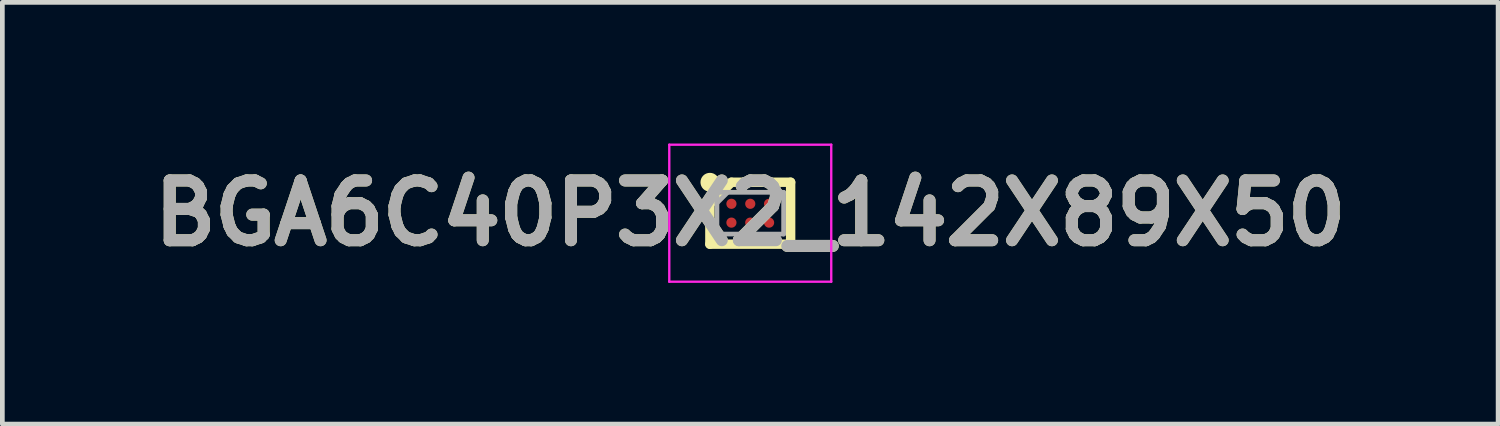
<source format=kicad_pcb>
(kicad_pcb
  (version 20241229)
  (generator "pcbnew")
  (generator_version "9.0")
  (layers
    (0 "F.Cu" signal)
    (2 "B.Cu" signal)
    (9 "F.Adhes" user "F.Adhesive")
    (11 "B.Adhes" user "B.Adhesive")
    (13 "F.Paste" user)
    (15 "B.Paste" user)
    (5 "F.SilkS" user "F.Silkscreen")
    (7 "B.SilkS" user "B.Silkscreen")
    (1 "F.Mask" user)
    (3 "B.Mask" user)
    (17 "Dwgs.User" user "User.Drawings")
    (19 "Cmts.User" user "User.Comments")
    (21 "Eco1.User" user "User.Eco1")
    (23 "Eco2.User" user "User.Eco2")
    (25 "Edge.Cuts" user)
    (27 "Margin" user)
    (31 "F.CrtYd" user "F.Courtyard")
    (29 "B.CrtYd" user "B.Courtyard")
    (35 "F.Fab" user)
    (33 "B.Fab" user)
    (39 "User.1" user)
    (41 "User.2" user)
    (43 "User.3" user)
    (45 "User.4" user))
  (footprint "BGA6C40P3X2_142X89X50"
    (layer "F.Cu")
    (at 12.894 1.481)
    (property "Reference" "BGA6C40P3X2_142X89X50" (at 0 0 0) (layer "F.SilkS") (effects (font (size 1.27 1.27) (thickness 0.254))))
    (attr smd)
    (fp_line (start -0.858 -0.2) (end -0.4 -0.658) (stroke (width 0.2) (type solid)) (layer "F.SilkS"))
    (fp_line (start -0.858 0.658) (end -0.858 -0.2) (stroke (width 0.2) (type solid)) (layer "F.SilkS"))
    (fp_line (start -0.4 -0.658) (end 0.858 -0.658) (stroke (width 0.2) (type solid)) (layer "F.SilkS"))
    (fp_line (start 0.858 -0.658) (end 0.858 0.658) (stroke (width 0.2) (type solid)) (layer "F.SilkS"))
    (fp_line (start 0.858 0.658) (end -0.858 0.658) (stroke (width 0.2) (type solid)) (layer "F.SilkS"))
    (fp_circle (center -0.858 -0.658) (end -0.858 -0.558) (stroke (width 0.2) (type solid)) (fill no) (layer "F.SilkS"))
    (fp_line (start -1.721 -1.456) (end 1.721 -1.456) (stroke (width 0.05) (type solid)) (layer "F.CrtYd"))
    (fp_line (start -1.721 1.456) (end -1.721 -1.456) (stroke (width 0.05) (type solid)) (layer "F.CrtYd"))
    (fp_line (start 1.721 -1.456) (end 1.721 1.456) (stroke (width 0.05) (type solid)) (layer "F.CrtYd"))
    (fp_line (start 1.721 1.456) (end -1.721 1.456) (stroke (width 0.05) (type solid)) (layer "F.CrtYd"))
    (fp_line (start -0.708 -0.444) (end 0.709 -0.444) (stroke (width 0.1) (type solid)) (layer "F.Fab"))
    (fp_line (start -0.708 -0.216) (end -0.48 -0.444) (stroke (width 0.1) (type solid)) (layer "F.Fab"))
    (fp_line (start -0.708 0.443) (end -0.708 -0.444) (stroke (width 0.1) (type solid)) (layer "F.Fab"))
    (fp_line (start 0.709 -0.444) (end 0.709 0.443) (stroke (width 0.1) (type solid)) (layer "F.Fab"))
    (fp_line (start 0.709 0.443) (end -0.708 0.443) (stroke (width 0.1) (type solid)) (layer "F.Fab"))
    (fp_text user "${REFERENCE}" (at 0 0 0) (layer "F.Fab") (effects (font (size 1.27 1.27) (thickness 0.254))))
    (pad "A1" smd circle (at -0.4 -0.2 90) (size 0.216 0.216) (layers "F.Cu" "F.Mask" "F.Paste"))
    (pad "A2" smd circle (at 0 -0.2 90) (size 0.216 0.216) (layers "F.Cu" "F.Mask" "F.Paste"))
    (pad "A3" smd circle (at 0.4 -0.2 90) (size 0.216 0.216) (layers "F.Cu" "F.Mask" "F.Paste"))
    (pad "B1" smd circle (at -0.4 0.2 90) (size 0.216 0.216) (layers "F.Cu" "F.Mask" "F.Paste"))
    (pad "B2" smd circle (at 0 0.2 90) (size 0.216 0.216) (layers "F.Cu" "F.Mask" "F.Paste"))
    (pad "B3" smd circle (at 0.4 0.2 90) (size 0.216 0.216) (layers "F.Cu" "F.Mask" "F.Paste")))
  (gr_rect
    (start -3 -3)
    (end 28.787 5.962)
    (stroke (width 0.1) (type default))
    (fill no)
    (layer "Edge.Cuts")))
</source>
